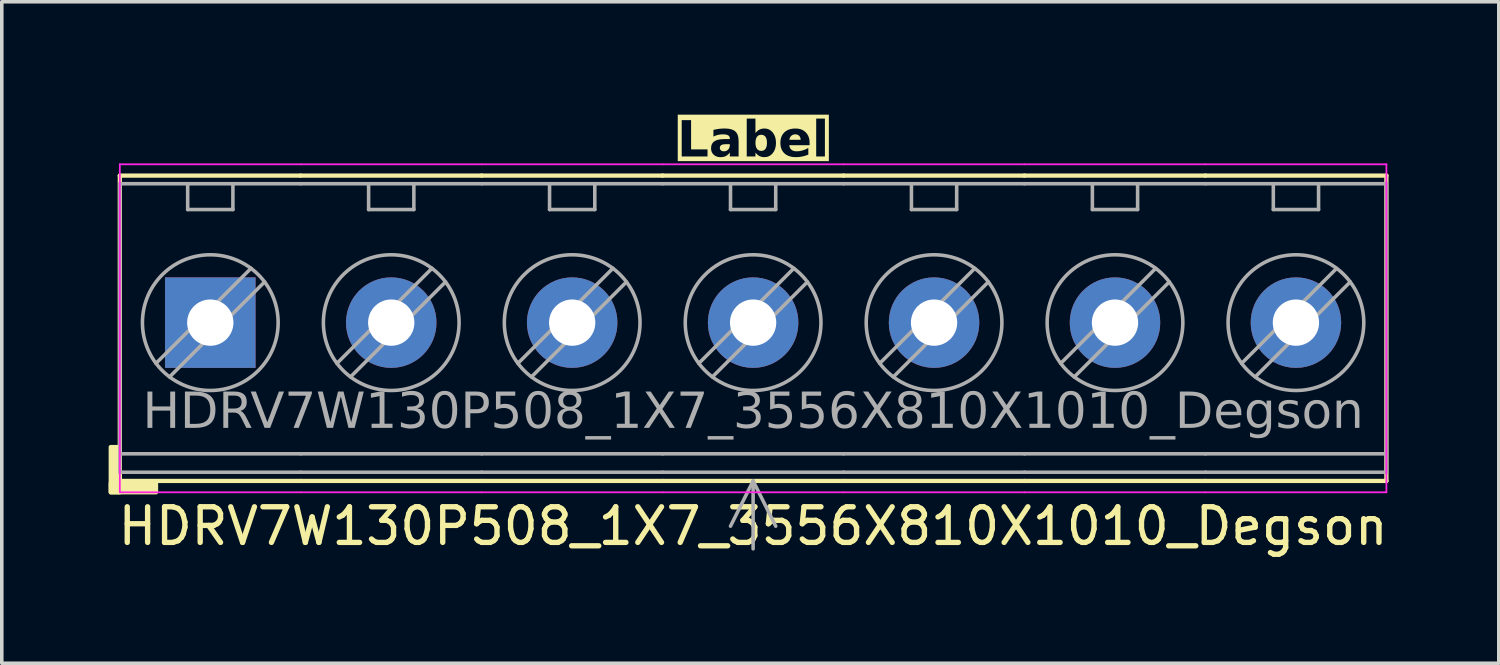
<source format=kicad_pcb>
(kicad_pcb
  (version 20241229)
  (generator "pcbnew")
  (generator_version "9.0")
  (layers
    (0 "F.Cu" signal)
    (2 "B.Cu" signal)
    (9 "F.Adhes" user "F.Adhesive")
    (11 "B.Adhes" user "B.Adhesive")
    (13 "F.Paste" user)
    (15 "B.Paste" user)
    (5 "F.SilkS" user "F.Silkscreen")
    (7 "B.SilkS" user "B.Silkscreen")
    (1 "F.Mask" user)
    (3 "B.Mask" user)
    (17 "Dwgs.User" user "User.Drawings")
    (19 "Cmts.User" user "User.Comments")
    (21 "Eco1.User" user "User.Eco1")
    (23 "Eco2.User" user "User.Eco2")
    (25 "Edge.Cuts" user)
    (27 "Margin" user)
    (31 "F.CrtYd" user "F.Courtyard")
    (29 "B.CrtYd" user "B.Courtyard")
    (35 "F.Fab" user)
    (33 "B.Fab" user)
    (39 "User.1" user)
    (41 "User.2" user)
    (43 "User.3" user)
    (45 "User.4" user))
  (footprint "HDRV7W130P508_1X7_3556X810X1010_Degson"
    (layer "F.Cu")
    (at 18.094 6.008)
    (property "Reference" "HDRV7W130P508_1X7_3556X810X1010_Degson" (at 0 5.715 0) (layer "F.SilkS") (effects (font (size 1 1) (thickness 0.15))))
    (property "Label" "Label" (at 0 -5.08 0) (layer "F.SilkS" knockout) (effects (font (face "Tahoma") (size 1 1) (thickness 0.2) (bold yes))))
    (attr through_hole)
    (fp_line (start -17.78 -4.128) (end -17.78 4.445) (stroke (width 0.12) (type solid)) (layer "F.SilkS"))
    (fp_line (start -17.78 4.445) (end -12.7 4.445) (stroke (width 0.12) (type solid)) (layer "F.SilkS"))
    (fp_line (start -12.705 -4.128) (end -17.78 -4.128) (stroke (width 0.12) (type solid)) (layer "F.SilkS"))
    (fp_line (start -12.705 -4.128) (end -7.62 -4.128) (stroke (width 0.12) (type solid)) (layer "F.SilkS"))
    (fp_line (start -7.625 -4.128) (end -2.54 -4.128) (stroke (width 0.12) (type solid)) (layer "F.SilkS"))
    (fp_line (start -7.62 4.445) (end -12.7 4.445) (stroke (width 0.12) (type solid)) (layer "F.SilkS"))
    (fp_line (start -2.545 -4.128) (end 2.54 -4.128) (stroke (width 0.12) (type solid)) (layer "F.SilkS"))
    (fp_line (start -2.54 4.445) (end -7.62 4.445) (stroke (width 0.12) (type solid)) (layer "F.SilkS"))
    (fp_line (start 2.535 -4.128) (end 7.62 -4.128) (stroke (width 0.12) (type solid)) (layer "F.SilkS"))
    (fp_line (start 2.54 4.445) (end -2.54 4.445) (stroke (width 0.12) (type solid)) (layer "F.SilkS"))
    (fp_line (start 7.615 -4.128) (end 12.7 -4.128) (stroke (width 0.12) (type solid)) (layer "F.SilkS"))
    (fp_line (start 7.62 4.445) (end 2.54 4.445) (stroke (width 0.12) (type solid)) (layer "F.SilkS"))
    (fp_line (start 12.695 -4.128) (end 17.78 -4.128) (stroke (width 0.12) (type solid)) (layer "F.SilkS"))
    (fp_line (start 12.7 4.445) (end 7.62 4.445) (stroke (width 0.12) (type solid)) (layer "F.SilkS"))
    (fp_line (start 17.78 -4.128) (end 17.78 4.445) (stroke (width 0.12) (type solid)) (layer "F.SilkS"))
    (fp_line (start 17.78 4.445) (end 12.7 4.445) (stroke (width 0.12) (type solid)) (layer "F.SilkS"))
    (fp_rect (start -17.78 3.493) (end -18.034 4.763) (stroke (width 0.12) (type solid)) (fill yes) (layer "F.SilkS"))
    (fp_rect (start -16.764 4.763) (end -18.034 4.508) (stroke (width 0.12) (type solid)) (fill yes) (layer "F.SilkS"))
    (fp_line (start -17.78 4.763) (end -17.78 -4.445) (stroke (width 0.05) (type solid)) (layer "F.CrtYd"))
    (fp_line (start -12.705 4.763) (end -17.78 4.763) (stroke (width 0.05) (type solid)) (layer "F.CrtYd"))
    (fp_line (start -12.705 4.763) (end -7.62 4.763) (stroke (width 0.05) (type solid)) (layer "F.CrtYd"))
    (fp_line (start -12.7 -4.445) (end -17.78 -4.445) (stroke (width 0.05) (type solid)) (layer "F.CrtYd"))
    (fp_line (start -12.7 -4.445) (end -7.62 -4.445) (stroke (width 0.05) (type solid)) (layer "F.CrtYd"))
    (fp_line (start -7.625 4.763) (end -2.54 4.763) (stroke (width 0.05) (type solid)) (layer "F.CrtYd"))
    (fp_line (start -7.62 -4.445) (end -2.54 -4.445) (stroke (width 0.05) (type solid)) (layer "F.CrtYd"))
    (fp_line (start -2.545 4.763) (end 2.54 4.763) (stroke (width 0.05) (type solid)) (layer "F.CrtYd"))
    (fp_line (start -2.54 -4.445) (end 2.54 -4.445) (stroke (width 0.05) (type solid)) (layer "F.CrtYd"))
    (fp_line (start 2.535 4.763) (end 7.62 4.763) (stroke (width 0.05) (type solid)) (layer "F.CrtYd"))
    (fp_line (start 2.54 -4.445) (end 7.62 -4.445) (stroke (width 0.05) (type solid)) (layer "F.CrtYd"))
    (fp_line (start 7.615 4.763) (end 12.7 4.763) (stroke (width 0.05) (type solid)) (layer "F.CrtYd"))
    (fp_line (start 7.62 -4.445) (end 12.7 -4.445) (stroke (width 0.05) (type solid)) (layer "F.CrtYd"))
    (fp_line (start 12.695 4.763) (end 17.78 4.763) (stroke (width 0.05) (type solid)) (layer "F.CrtYd"))
    (fp_line (start 12.7 -4.445) (end 17.78 -4.445) (stroke (width 0.05) (type solid)) (layer "F.CrtYd"))
    (fp_line (start 17.78 4.763) (end 17.78 -4.445) (stroke (width 0.05) (type solid)) (layer "F.CrtYd"))
    (fp_line (start -17.78 -3.9) (end -17.78 4.2) (stroke (width 0.1) (type solid)) (layer "F.Fab"))
    (fp_line (start -16.383 1.524) (end -13.716 -1.143) (stroke (width 0.1) (type default)) (layer "F.Fab"))
    (fp_line (start -15.875 -3.9) (end -15.875 -3.175) (stroke (width 0.1) (type default)) (layer "F.Fab"))
    (fp_line (start -15.875 -3.175) (end -14.605 -3.175) (stroke (width 0.1) (type default)) (layer "F.Fab"))
    (fp_line (start -14.605 -3.9) (end -14.605 -3.175) (stroke (width 0.1) (type default)) (layer "F.Fab"))
    (fp_line (start -14.097 -1.524) (end -16.764 1.143) (stroke (width 0.1) (type default)) (layer "F.Fab"))
    (fp_line (start -12.7 -3.9) (end -17.78 -3.9) (stroke (width 0.1) (type solid)) (layer "F.Fab"))
    (fp_line (start -12.7 -3.9) (end -7.62 -3.9) (stroke (width 0.1) (type solid)) (layer "F.Fab"))
    (fp_line (start -12.7 3.683) (end -17.78 3.683) (stroke (width 0.1) (type solid)) (layer "F.Fab"))
    (fp_line (start -12.7 3.683) (end -7.62 3.683) (stroke (width 0.1) (type solid)) (layer "F.Fab"))
    (fp_line (start -12.7 4.2) (end -17.78 4.2) (stroke (width 0.1) (type solid)) (layer "F.Fab"))
    (fp_line (start -12.7 4.2) (end -7.62 4.2) (stroke (width 0.1) (type solid)) (layer "F.Fab"))
    (fp_line (start -11.303 1.524) (end -8.636 -1.143) (stroke (width 0.1) (type default)) (layer "F.Fab"))
    (fp_line (start -10.795 -3.9) (end -10.795 -3.175) (stroke (width 0.1) (type default)) (layer "F.Fab"))
    (fp_line (start -10.795 -3.175) (end -9.525 -3.175) (stroke (width 0.1) (type default)) (layer "F.Fab"))
    (fp_line (start -9.525 -3.9) (end -9.525 -3.175) (stroke (width 0.1) (type default)) (layer "F.Fab"))
    (fp_line (start -9.017 -1.524) (end -11.684 1.143) (stroke (width 0.1) (type default)) (layer "F.Fab"))
    (fp_line (start -7.62 -3.9) (end -2.54 -3.9) (stroke (width 0.1) (type solid)) (layer "F.Fab"))
    (fp_line (start -7.62 3.683) (end -2.54 3.683) (stroke (width 0.1) (type solid)) (layer "F.Fab"))
    (fp_line (start -7.62 4.2) (end -2.54 4.2) (stroke (width 0.1) (type solid)) (layer "F.Fab"))
    (fp_line (start -6.223 1.524) (end -3.556 -1.143) (stroke (width 0.1) (type default)) (layer "F.Fab"))
    (fp_line (start -5.715 -3.9) (end -5.715 -3.175) (stroke (width 0.1) (type default)) (layer "F.Fab"))
    (fp_line (start -5.715 -3.175) (end -4.445 -3.175) (stroke (width 0.1) (type default)) (layer "F.Fab"))
    (fp_line (start -4.445 -3.9) (end -4.445 -3.175) (stroke (width 0.1) (type default)) (layer "F.Fab"))
    (fp_line (start -3.937 -1.524) (end -6.604 1.143) (stroke (width 0.1) (type default)) (layer "F.Fab"))
    (fp_line (start -2.54 -3.9) (end 2.54 -3.9) (stroke (width 0.1) (type solid)) (layer "F.Fab"))
    (fp_line (start -2.54 3.683) (end 2.54 3.683) (stroke (width 0.1) (type solid)) (layer "F.Fab"))
    (fp_line (start -2.54 4.2) (end 2.54 4.2) (stroke (width 0.1) (type solid)) (layer "F.Fab"))
    (fp_line (start -1.143 1.524) (end 1.524 -1.143) (stroke (width 0.1) (type default)) (layer "F.Fab"))
    (fp_line (start -0.635 -3.9) (end -0.635 -3.175) (stroke (width 0.1) (type default)) (layer "F.Fab"))
    (fp_line (start -0.635 -3.175) (end 0.635 -3.175) (stroke (width 0.1) (type default)) (layer "F.Fab"))
    (fp_line (start 0 4.445) (end -0.635 5.715) (stroke (width 0.1) (type default)) (layer "F.Fab"))
    (fp_line (start 0 4.445) (end 0 6.35) (stroke (width 0.1) (type default)) (layer "F.Fab"))
    (fp_line (start 0 4.445) (end 0.635 5.715) (stroke (width 0.1) (type default)) (layer "F.Fab"))
    (fp_line (start 0.635 -3.9) (end 0.635 -3.175) (stroke (width 0.1) (type default)) (layer "F.Fab"))
    (fp_line (start 1.143 -1.524) (end -1.524 1.143) (stroke (width 0.1) (type default)) (layer "F.Fab"))
    (fp_line (start 2.54 -3.9) (end 7.62 -3.9) (stroke (width 0.1) (type solid)) (layer "F.Fab"))
    (fp_line (start 2.54 3.683) (end 7.62 3.683) (stroke (width 0.1) (type solid)) (layer "F.Fab"))
    (fp_line (start 2.54 4.2) (end 7.62 4.2) (stroke (width 0.1) (type solid)) (layer "F.Fab"))
    (fp_line (start 3.937 1.524) (end 6.604 -1.143) (stroke (width 0.1) (type default)) (layer "F.Fab"))
    (fp_line (start 4.445 -3.9) (end 4.445 -3.175) (stroke (width 0.1) (type default)) (layer "F.Fab"))
    (fp_line (start 4.445 -3.175) (end 5.715 -3.175) (stroke (width 0.1) (type default)) (layer "F.Fab"))
    (fp_line (start 5.715 -3.9) (end 5.715 -3.175) (stroke (width 0.1) (type default)) (layer "F.Fab"))
    (fp_line (start 6.223 -1.524) (end 3.556 1.143) (stroke (width 0.1) (type default)) (layer "F.Fab"))
    (fp_line (start 7.62 -3.9) (end 12.7 -3.9) (stroke (width 0.1) (type solid)) (layer "F.Fab"))
    (fp_line (start 7.62 3.683) (end 12.7 3.683) (stroke (width 0.1) (type solid)) (layer "F.Fab"))
    (fp_line (start 7.62 4.2) (end 12.7 4.2) (stroke (width 0.1) (type solid)) (layer "F.Fab"))
    (fp_line (start 9.017 1.524) (end 11.684 -1.143) (stroke (width 0.1) (type default)) (layer "F.Fab"))
    (fp_line (start 9.525 -3.9) (end 9.525 -3.175) (stroke (width 0.1) (type default)) (layer "F.Fab"))
    (fp_line (start 9.525 -3.175) (end 10.795 -3.175) (stroke (width 0.1) (type default)) (layer "F.Fab"))
    (fp_line (start 10.795 -3.9) (end 10.795 -3.175) (stroke (width 0.1) (type default)) (layer "F.Fab"))
    (fp_line (start 11.303 -1.524) (end 8.636 1.143) (stroke (width 0.1) (type default)) (layer "F.Fab"))
    (fp_line (start 12.7 -3.9) (end 17.78 -3.9) (stroke (width 0.1) (type solid)) (layer "F.Fab"))
    (fp_line (start 12.7 3.683) (end 17.78 3.683) (stroke (width 0.1) (type solid)) (layer "F.Fab"))
    (fp_line (start 12.7 4.2) (end 17.78 4.2) (stroke (width 0.1) (type solid)) (layer "F.Fab"))
    (fp_line (start 14.097 1.524) (end 16.764 -1.143) (stroke (width 0.1) (type default)) (layer "F.Fab"))
    (fp_line (start 14.605 -3.9) (end 14.605 -3.175) (stroke (width 0.1) (type default)) (layer "F.Fab"))
    (fp_line (start 14.605 -3.175) (end 15.875 -3.175) (stroke (width 0.1) (type default)) (layer "F.Fab"))
    (fp_line (start 15.875 -3.9) (end 15.875 -3.175) (stroke (width 0.1) (type default)) (layer "F.Fab"))
    (fp_line (start 16.383 -1.524) (end 13.716 1.143) (stroke (width 0.1) (type default)) (layer "F.Fab"))
    (fp_line (start 17.78 -3.9) (end 17.78 4.2) (stroke (width 0.1) (type solid)) (layer "F.Fab"))
    (fp_rect (start -15.494 -0.254) (end -14.986 0.254) (stroke (width 0.1) (type solid)) (fill no) (layer "F.Fab"))
    (fp_rect (start -9.906 -0.254) (end -10.414 0.254) (stroke (width 0.1) (type solid)) (fill no) (layer "F.Fab"))
    (fp_rect (start -4.826 -0.254) (end -5.334 0.254) (stroke (width 0.1) (type solid)) (fill no) (layer "F.Fab"))
    (fp_rect (start 0.254 -0.254) (end -0.254 0.254) (stroke (width 0.1) (type solid)) (fill no) (layer "F.Fab"))
    (fp_rect (start 5.334 -0.254) (end 4.826 0.254) (stroke (width 0.1) (type solid)) (fill no) (layer "F.Fab"))
    (fp_rect (start 10.414 -0.254) (end 9.906 0.254) (stroke (width 0.1) (type solid)) (fill no) (layer "F.Fab"))
    (fp_rect (start 15.494 -0.254) (end 14.986 0.254) (stroke (width 0.1) (type solid)) (fill no) (layer "F.Fab"))
    (fp_circle (center -15.24 0) (end -13.335 0) (stroke (width 0.1) (type default)) (fill no) (layer "F.Fab"))
    (fp_circle (center -10.16 0) (end -8.255 0) (stroke (width 0.1) (type default)) (fill no) (layer "F.Fab"))
    (fp_circle (center -5.08 0) (end -3.175 0) (stroke (width 0.1) (type default)) (fill no) (layer "F.Fab"))
    (fp_circle (center 0 0) (end 1.905 0) (stroke (width 0.1) (type default)) (fill no) (layer "F.Fab"))
    (fp_circle (center 5.08 0) (end 6.985 0) (stroke (width 0.1) (type default)) (fill no) (layer "F.Fab"))
    (fp_circle (center 10.16 0) (end 12.065 0) (stroke (width 0.1) (type default)) (fill no) (layer "F.Fab"))
    (fp_circle (center 15.24 0) (end 17.145 0) (stroke (width 0.1) (type default)) (fill no) (layer "F.Fab"))
    (fp_text user "${REFERENCE}" (at 0 2.54 0) (layer "F.Fab") (effects (font (face "Tahoma") (size 1 1) (thickness 0.15))))
    (pad "1" thru_hole rect (at -15.24 0) (size 2.54 2.54) (drill 1.3) (layers "*.Cu" "*.Mask"))
    (pad "2" thru_hole circle (at -10.16 0) (size 2.54 2.54) (drill 1.3) (layers "*.Cu" "*.Mask"))
    (pad "3" thru_hole circle (at -5.08 0) (size 2.54 2.54) (drill 1.3) (layers "*.Cu" "*.Mask"))
    (pad "4" thru_hole circle (at 0 0) (size 2.54 2.54) (drill 1.3) (layers "*.Cu" "*.Mask"))
    (pad "5" thru_hole circle (at 5.08 0) (size 2.54 2.54) (drill 1.3) (layers "*.Cu" "*.Mask"))
    (pad "6" thru_hole circle (at 10.16 0) (size 2.54 2.54) (drill 1.3) (layers "*.Cu" "*.Mask"))
    (pad "7" thru_hole circle (at 15.24 0) (size 2.54 2.54) (drill 1.3) (layers "*.Cu" "*.Mask")))
  (gr_rect
    (start -3 -3)
    (end 39.029 15.571)
    (stroke (width 0.1) (type default))
    (fill no)
    (layer "Edge.Cuts")))
</source>
